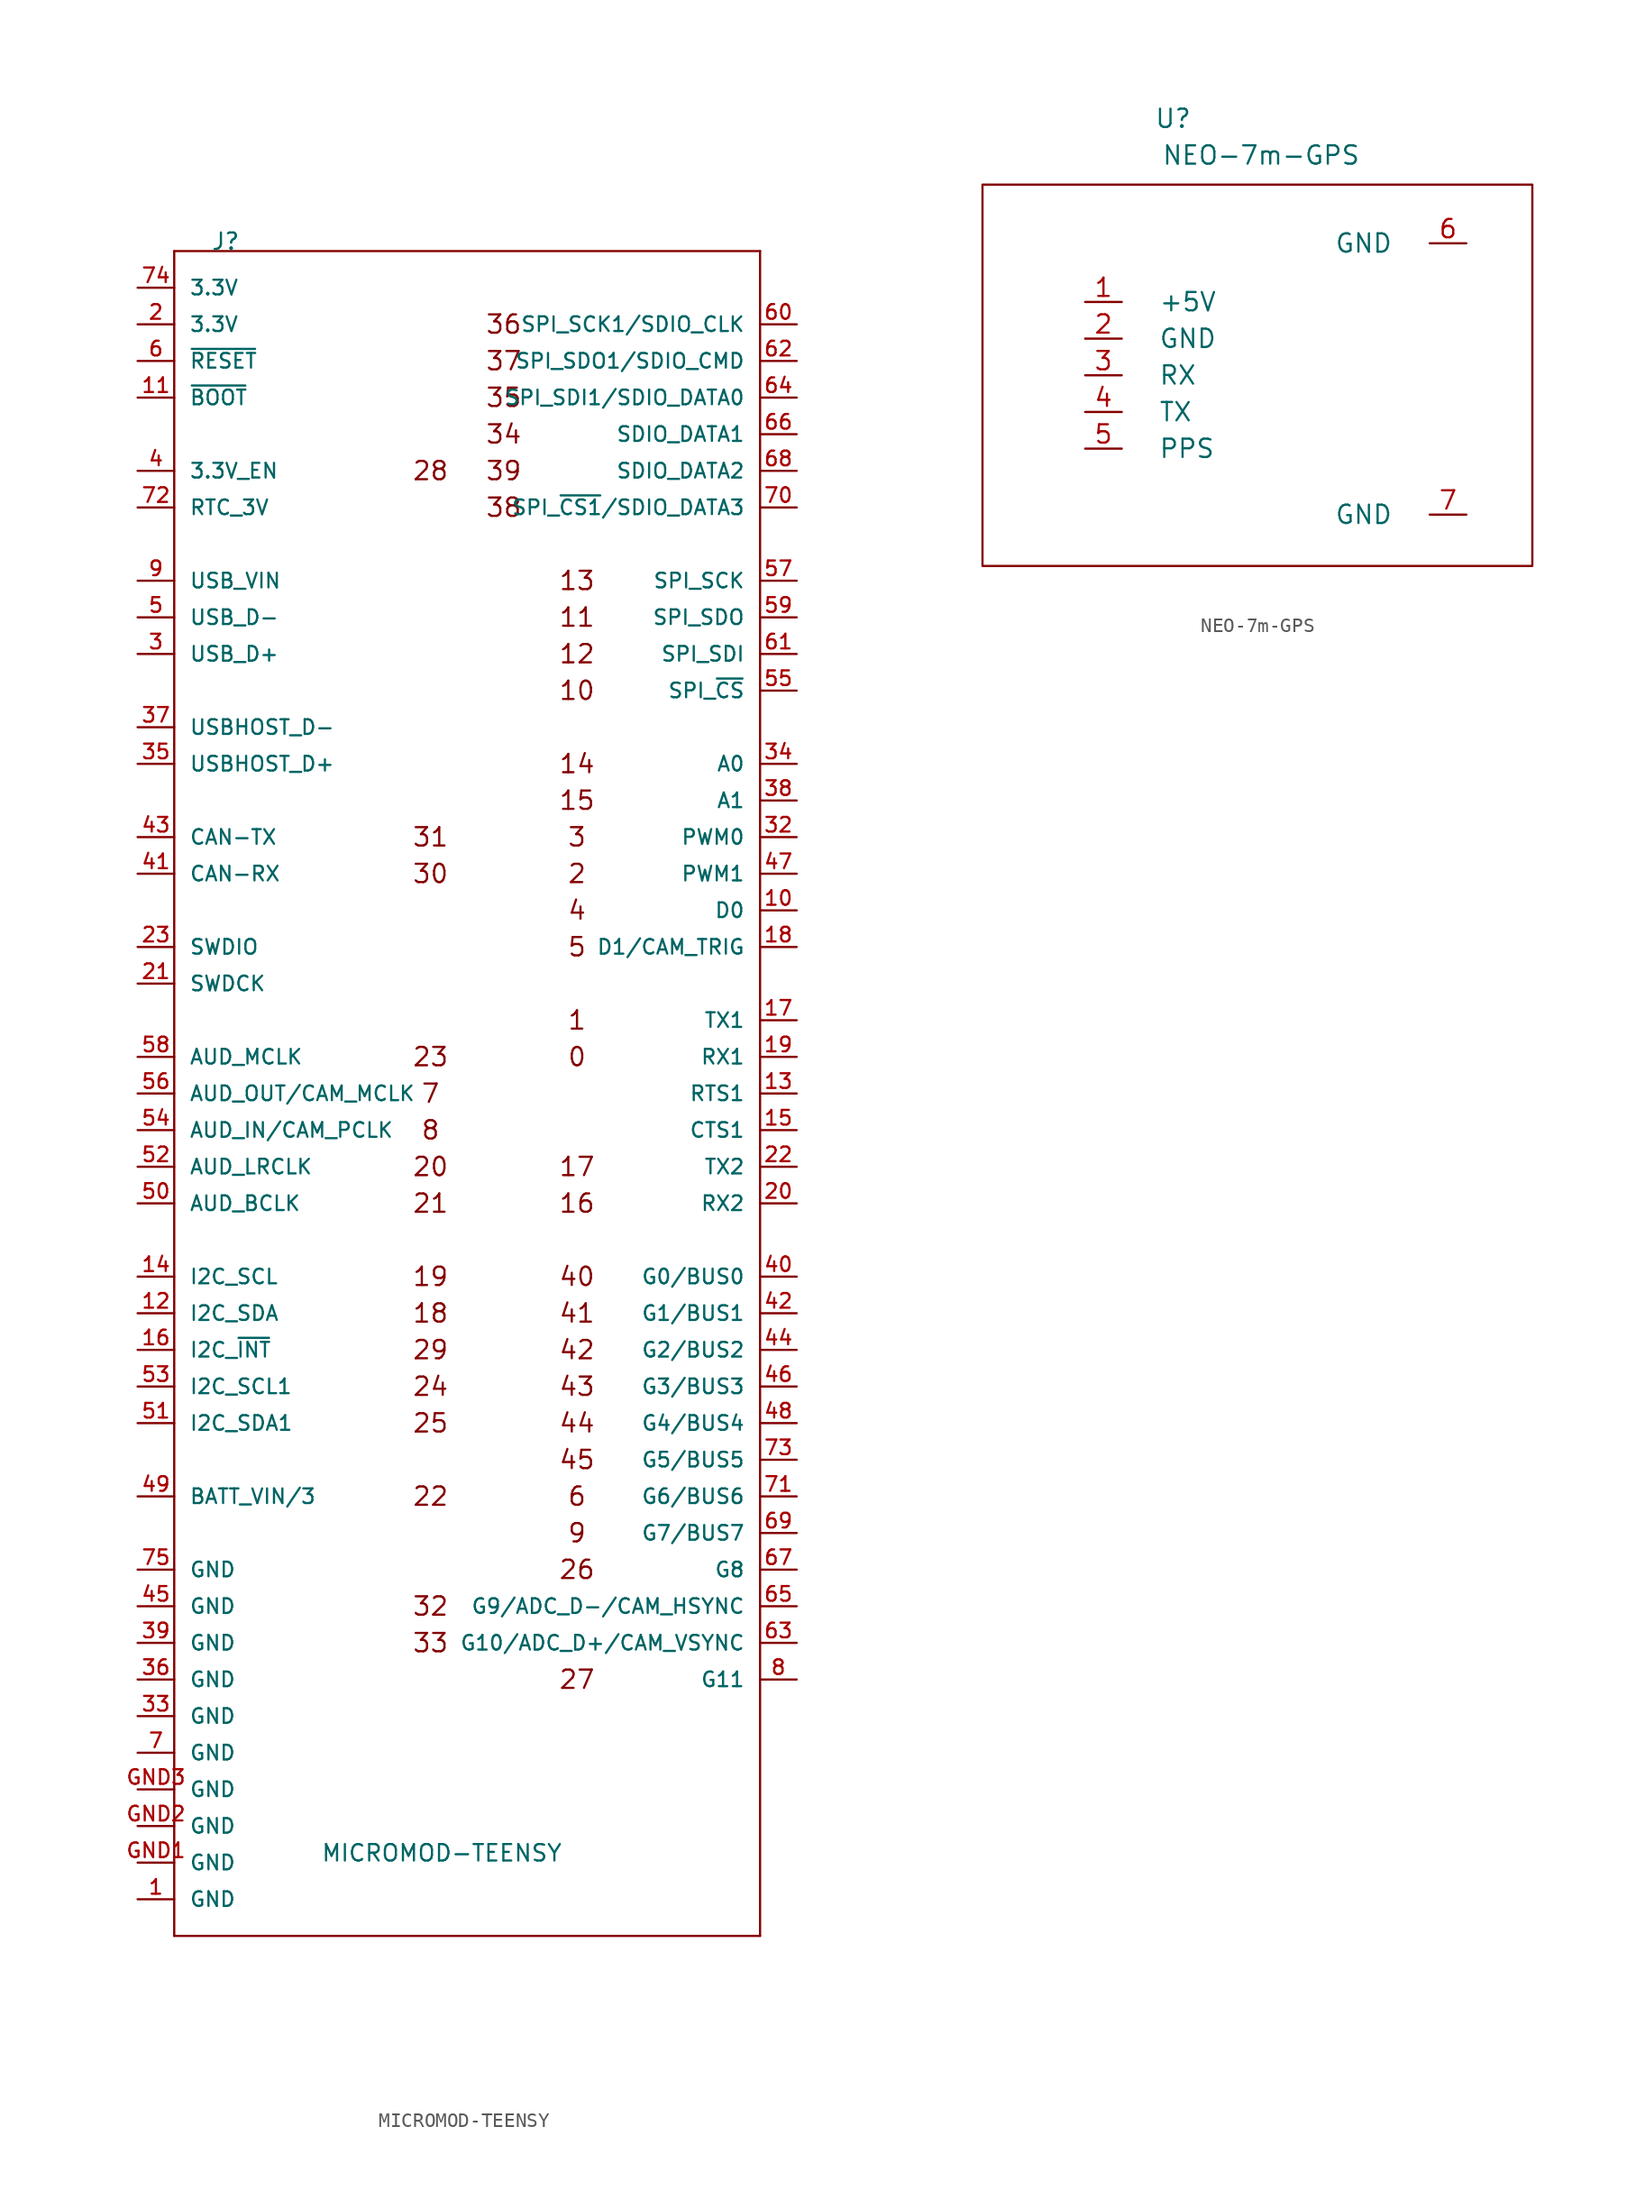
<source format=kicad_sym>
(kicad_symbol_lib
  (version 20211014)
  (generator kicad_symbol_editor)
  (symbol "MICROMOD-TEENSY"
    (pin_names
      (offset 1.016))
    (property "Reference" "J"
      (at -17.78 55.88 0)
      (effects (font (size 1.143 1.143)) (justify left bottom)))
    (property "Value" "MICROMOD-TEENSY"
      (at -10.16 -55.88 0)
      (effects (font (size 1.143 1.143)) (justify left bottom)))
    (property "ki_locked" ""
      (at 0 0 0)
      (effects (font (size 1.27 1.27))))
    (symbol "MICROMOD-TEENSY_0_0"
      (text "0" (at 7.62 0 0) (effects (font (size 1.27 1.27))))
      (text "1" (at 7.62 2.54 0) (effects (font (size 1.27 1.27))))
      (text "10" (at 7.62 25.4 0) (effects (font (size 1.27 1.27))))
      (text "11" (at 7.62 30.48 0) (effects (font (size 1.27 1.27))))
      (text "12" (at 7.62 27.94 0) (effects (font (size 1.27 1.27))))
      (text "13" (at 7.62 33.02 0) (effects (font (size 1.27 1.27))))
      (text "14" (at 7.62 20.32 0) (effects (font (size 1.27 1.27))))
      (text "15" (at 7.62 17.78 0) (effects (font (size 1.27 1.27))))
      (text "16" (at 7.62 -10.16 0) (effects (font (size 1.27 1.27))))
      (text "17" (at 7.62 -7.62 0) (effects (font (size 1.27 1.27))))
      (text "18" (at -2.54 -17.78 0) (effects (font (size 1.27 1.27))))
      (text "19" (at -2.54 -15.24 0) (effects (font (size 1.27 1.27))))
      (text "2" (at 7.62 12.7 0) (effects (font (size 1.27 1.27))))
      (text "20" (at -2.54 -7.62 0) (effects (font (size 1.27 1.27))))
      (text "21" (at -2.54 -10.16 0) (effects (font (size 1.27 1.27))))
      (text "22" (at -2.54 -30.48 0) (effects (font (size 1.27 1.27))))
      (text "23" (at -2.54 0 0) (effects (font (size 1.27 1.27))))
      (text "24" (at -2.54 -22.86 0) (effects (font (size 1.27 1.27))))
      (text "25" (at -2.54 -25.4 0) (effects (font (size 1.27 1.27))))
      (text "26" (at 7.62 -35.56 0) (effects (font (size 1.27 1.27))))
      (text "27" (at 7.62 -43.18 0) (effects (font (size 1.27 1.27))))
      (text "28" (at -2.54 40.64 0) (effects (font (size 1.27 1.27))))
      (text "29" (at -2.54 -20.32 0) (effects (font (size 1.27 1.27))))
      (text "3" (at 7.62 15.24 0) (effects (font (size 1.27 1.27))))
      (text "30" (at -2.54 12.7 0) (effects (font (size 1.27 1.27))))
      (text "31" (at -2.54 15.24 0) (effects (font (size 1.27 1.27))))
      (text "32" (at -2.54 -38.1 0) (effects (font (size 1.27 1.27))))
      (text "33" (at -2.54 -40.64 0) (effects (font (size 1.27 1.27))))
      (text "34" (at 2.54 43.18 0) (effects (font (size 1.27 1.27))))
      (text "35" (at 2.54 45.72 0) (effects (font (size 1.27 1.27))))
      (text "36" (at 2.54 50.8 0) (effects (font (size 1.27 1.27))))
      (text "37" (at 2.54 48.26 0) (effects (font (size 1.27 1.27))))
      (text "38" (at 2.54 38.1 0) (effects (font (size 1.27 1.27))))
      (text "39" (at 2.54 40.64 0) (effects (font (size 1.27 1.27))))
      (text "4" (at 7.62 10.16 0) (effects (font (size 1.27 1.27))))
      (text "40" (at 7.62 -15.24 0) (effects (font (size 1.27 1.27))))
      (text "41" (at 7.62 -17.78 0) (effects (font (size 1.27 1.27))))
      (text "42" (at 7.62 -20.32 0) (effects (font (size 1.27 1.27))))
      (text "43" (at 7.62 -22.86 0) (effects (font (size 1.27 1.27))))
      (text "44" (at 7.62 -25.4 0) (effects (font (size 1.27 1.27))))
      (text "45" (at 7.62 -27.94 0) (effects (font (size 1.27 1.27))))
      (text "5" (at 7.62 7.62 0) (effects (font (size 1.27 1.27))))
      (text "6" (at 7.62 -30.48 0) (effects (font (size 1.27 1.27))))
      (text "7" (at -2.54 -2.54 0) (effects (font (size 1.27 1.27))))
      (text "8" (at -2.54 -5.08 0) (effects (font (size 1.27 1.27))))
      (text "9" (at 7.62 -33.02 0) (effects (font (size 1.27 1.27)))))
    (symbol "MICROMOD-TEENSY_1_0"
      (polyline (pts (xy -20.32 -60.96) (xy -20.32 55.88)) (stroke (width 0) (type default) (color 0 0 0 0)) (fill (type none)))
      (polyline (pts (xy -20.32 55.88) (xy 20.32 55.88)) (stroke (width 0) (type default) (color 0 0 0 0)) (fill (type none)))
      (polyline (pts (xy 20.32 -60.96) (xy -20.32 -60.96)) (stroke (width 0) (type default) (color 0 0 0 0)) (fill (type none)))
      (polyline (pts (xy 20.32 55.88) (xy 20.32 -60.96)) (stroke (width 0) (type default) (color 0 0 0 0)) (fill (type none))))
    (symbol "MICROMOD-TEENSY_1_1"
      (pin bidirectional line (at -22.86 -58.42 0) (length 2.54) (name "GND" (effects (font (size 1.016 1.016)))) (number "1" (effects (font (size 1.016 1.016)))))
      (pin bidirectional line (at 22.86 10.16 180) (length 2.54) (name "D0" (effects (font (size 1.016 1.016)))) (number "10" (effects (font (size 1.016 1.016)))))
      (pin bidirectional line (at -22.86 45.72 0) (length 2.54) (name "~{BOOT}" (effects (font (size 1.016 1.016)))) (number "11" (effects (font (size 1.016 1.016)))))
      (pin bidirectional line (at -22.86 -17.78 0) (length 2.54) (name "I2C_SDA" (effects (font (size 1.016 1.016)))) (number "12" (effects (font (size 1.016 1.016)))))
      (pin bidirectional line (at 22.86 -2.54 180) (length 2.54) (name "RTS1" (effects (font (size 1.016 1.016)))) (number "13" (effects (font (size 1.016 1.016)))))
      (pin bidirectional line (at -22.86 -15.24 0) (length 2.54) (name "I2C_SCL" (effects (font (size 1.016 1.016)))) (number "14" (effects (font (size 1.016 1.016)))))
      (pin bidirectional line (at 22.86 -5.08 180) (length 2.54) (name "CTS1" (effects (font (size 1.016 1.016)))) (number "15" (effects (font (size 1.016 1.016)))))
      (pin bidirectional line (at -22.86 -20.32 0) (length 2.54) (name "I2C_~{INT}" (effects (font (size 1.016 1.016)))) (number "16" (effects (font (size 1.016 1.016)))))
      (pin bidirectional line (at 22.86 2.54 180) (length 2.54) (name "TX1" (effects (font (size 1.016 1.016)))) (number "17" (effects (font (size 1.016 1.016)))))
      (pin bidirectional line (at 22.86 7.62 180) (length 2.54) (name "D1/CAM_TRIG" (effects (font (size 1.016 1.016)))) (number "18" (effects (font (size 1.016 1.016)))))
      (pin bidirectional line (at 22.86 0 180) (length 2.54) (name "RX1" (effects (font (size 1.016 1.016)))) (number "19" (effects (font (size 1.016 1.016)))))
      (pin bidirectional line (at -22.86 50.8 0) (length 2.54) (name "3.3V" (effects (font (size 1.016 1.016)))) (number "2" (effects (font (size 1.016 1.016)))))
      (pin bidirectional line (at 22.86 -10.16 180) (length 2.54) (name "RX2" (effects (font (size 1.016 1.016)))) (number "20" (effects (font (size 1.016 1.016)))))
      (pin bidirectional line (at -22.86 5.08 0) (length 2.54) (name "SWDCK" (effects (font (size 1.016 1.016)))) (number "21" (effects (font (size 1.016 1.016)))))
      (pin bidirectional line (at 22.86 -7.62 180) (length 2.54) (name "TX2" (effects (font (size 1.016 1.016)))) (number "22" (effects (font (size 1.016 1.016)))))
      (pin bidirectional line (at -22.86 7.62 0) (length 2.54) (name "SWDIO" (effects (font (size 1.016 1.016)))) (number "23" (effects (font (size 1.016 1.016)))))
      (pin bidirectional line (at -22.86 27.94 0) (length 2.54) (name "USB_D+" (effects (font (size 1.016 1.016)))) (number "3" (effects (font (size 1.016 1.016)))))
      (pin bidirectional line (at 22.86 15.24 180) (length 2.54) (name "PWM0" (effects (font (size 1.016 1.016)))) (number "32" (effects (font (size 1.016 1.016)))))
      (pin bidirectional line (at -22.86 -45.72 0) (length 2.54) (name "GND" (effects (font (size 1.016 1.016)))) (number "33" (effects (font (size 1.016 1.016)))))
      (pin bidirectional line (at 22.86 20.32 180) (length 2.54) (name "A0" (effects (font (size 1.016 1.016)))) (number "34" (effects (font (size 1.016 1.016)))))
      (pin bidirectional line (at -22.86 20.32 0) (length 2.54) (name "USBHOST_D+" (effects (font (size 1.016 1.016)))) (number "35" (effects (font (size 1.016 1.016)))))
      (pin bidirectional line (at -22.86 -43.18 0) (length 2.54) (name "GND" (effects (font (size 1.016 1.016)))) (number "36" (effects (font (size 1.016 1.016)))))
      (pin bidirectional line (at -22.86 22.86 0) (length 2.54) (name "USBHOST_D-" (effects (font (size 1.016 1.016)))) (number "37" (effects (font (size 1.016 1.016)))))
      (pin bidirectional line (at 22.86 17.78 180) (length 2.54) (name "A1" (effects (font (size 1.016 1.016)))) (number "38" (effects (font (size 1.016 1.016)))))
      (pin bidirectional line (at -22.86 -40.64 0) (length 2.54) (name "GND" (effects (font (size 1.016 1.016)))) (number "39" (effects (font (size 1.016 1.016)))))
      (pin bidirectional line (at -22.86 40.64 0) (length 2.54) (name "3.3V_EN" (effects (font (size 1.016 1.016)))) (number "4" (effects (font (size 1.016 1.016)))))
      (pin bidirectional line (at 22.86 -15.24 180) (length 2.54) (name "G0/BUS0" (effects (font (size 1.016 1.016)))) (number "40" (effects (font (size 1.016 1.016)))))
      (pin bidirectional line (at -22.86 12.7 0) (length 2.54) (name "CAN-RX" (effects (font (size 1.016 1.016)))) (number "41" (effects (font (size 1.016 1.016)))))
      (pin bidirectional line (at 22.86 -17.78 180) (length 2.54) (name "G1/BUS1" (effects (font (size 1.016 1.016)))) (number "42" (effects (font (size 1.016 1.016)))))
      (pin bidirectional line (at -22.86 15.24 0) (length 2.54) (name "CAN-TX" (effects (font (size 1.016 1.016)))) (number "43" (effects (font (size 1.016 1.016)))))
      (pin bidirectional line (at 22.86 -20.32 180) (length 2.54) (name "G2/BUS2" (effects (font (size 1.016 1.016)))) (number "44" (effects (font (size 1.016 1.016)))))
      (pin bidirectional line (at -22.86 -38.1 0) (length 2.54) (name "GND" (effects (font (size 1.016 1.016)))) (number "45" (effects (font (size 1.016 1.016)))))
      (pin bidirectional line (at 22.86 -22.86 180) (length 2.54) (name "G3/BUS3" (effects (font (size 1.016 1.016)))) (number "46" (effects (font (size 1.016 1.016)))))
      (pin bidirectional line (at 22.86 12.7 180) (length 2.54) (name "PWM1" (effects (font (size 1.016 1.016)))) (number "47" (effects (font (size 1.016 1.016)))))
      (pin bidirectional line (at 22.86 -25.4 180) (length 2.54) (name "G4/BUS4" (effects (font (size 1.016 1.016)))) (number "48" (effects (font (size 1.016 1.016)))))
      (pin bidirectional line (at -22.86 -30.48 0) (length 2.54) (name "BATT_VIN/3" (effects (font (size 1.016 1.016)))) (number "49" (effects (font (size 1.016 1.016)))))
      (pin bidirectional line (at -22.86 30.48 0) (length 2.54) (name "USB_D-" (effects (font (size 1.016 1.016)))) (number "5" (effects (font (size 1.016 1.016)))))
      (pin bidirectional line (at -22.86 -10.16 0) (length 2.54) (name "AUD_BCLK" (effects (font (size 1.016 1.016)))) (number "50" (effects (font (size 1.016 1.016)))))
      (pin bidirectional line (at -22.86 -25.4 0) (length 2.54) (name "I2C_SDA1" (effects (font (size 1.016 1.016)))) (number "51" (effects (font (size 1.016 1.016)))))
      (pin bidirectional line (at -22.86 -7.62 0) (length 2.54) (name "AUD_LRCLK" (effects (font (size 1.016 1.016)))) (number "52" (effects (font (size 1.016 1.016)))))
      (pin bidirectional line (at -22.86 -22.86 0) (length 2.54) (name "I2C_SCL1" (effects (font (size 1.016 1.016)))) (number "53" (effects (font (size 1.016 1.016)))))
      (pin bidirectional line (at -22.86 -5.08 0) (length 2.54) (name "AUD_IN/CAM_PCLK" (effects (font (size 1.016 1.016)))) (number "54" (effects (font (size 1.016 1.016)))))
      (pin bidirectional line (at 22.86 25.4 180) (length 2.54) (name "SPI_~{CS}" (effects (font (size 1.016 1.016)))) (number "55" (effects (font (size 1.016 1.016)))))
      (pin bidirectional line (at -22.86 -2.54 0) (length 2.54) (name "AUD_OUT/CAM_MCLK" (effects (font (size 1.016 1.016)))) (number "56" (effects (font (size 1.016 1.016)))))
      (pin bidirectional line (at 22.86 33.02 180) (length 2.54) (name "SPI_SCK" (effects (font (size 1.016 1.016)))) (number "57" (effects (font (size 1.016 1.016)))))
      (pin bidirectional line (at -22.86 0 0) (length 2.54) (name "AUD_MCLK" (effects (font (size 1.016 1.016)))) (number "58" (effects (font (size 1.016 1.016)))))
      (pin bidirectional line (at 22.86 30.48 180) (length 2.54) (name "SPI_SDO" (effects (font (size 1.016 1.016)))) (number "59" (effects (font (size 1.016 1.016)))))
      (pin bidirectional line (at -22.86 48.26 0) (length 2.54) (name "~{RESET}" (effects (font (size 1.016 1.016)))) (number "6" (effects (font (size 1.016 1.016)))))
      (pin bidirectional line (at 22.86 50.8 180) (length 2.54) (name "SPI_SCK1/SDIO_CLK" (effects (font (size 1.016 1.016)))) (number "60" (effects (font (size 1.016 1.016)))))
      (pin bidirectional line (at 22.86 27.94 180) (length 2.54) (name "SPI_SDI" (effects (font (size 1.016 1.016)))) (number "61" (effects (font (size 1.016 1.016)))))
      (pin bidirectional line (at 22.86 48.26 180) (length 2.54) (name "SPI_SDO1/SDIO_CMD" (effects (font (size 1.016 1.016)))) (number "62" (effects (font (size 1.016 1.016)))))
      (pin bidirectional line (at 22.86 -40.64 180) (length 2.54) (name "G10/ADC_D+/CAM_VSYNC" (effects (font (size 1.016 1.016)))) (number "63" (effects (font (size 1.016 1.016)))))
      (pin bidirectional line (at 22.86 45.72 180) (length 2.54) (name "SPI_SDI1/SDIO_DATA0" (effects (font (size 1.016 1.016)))) (number "64" (effects (font (size 1.016 1.016)))))
      (pin bidirectional line (at 22.86 -38.1 180) (length 2.54) (name "G9/ADC_D-/CAM_HSYNC" (effects (font (size 1.016 1.016)))) (number "65" (effects (font (size 1.016 1.016)))))
      (pin bidirectional line (at 22.86 43.18 180) (length 2.54) (name "SDIO_DATA1" (effects (font (size 1.016 1.016)))) (number "66" (effects (font (size 1.016 1.016)))))
      (pin bidirectional line (at 22.86 -35.56 180) (length 2.54) (name "G8" (effects (font (size 1.016 1.016)))) (number "67" (effects (font (size 1.016 1.016)))))
      (pin bidirectional line (at 22.86 40.64 180) (length 2.54) (name "SDIO_DATA2" (effects (font (size 1.016 1.016)))) (number "68" (effects (font (size 1.016 1.016)))))
      (pin bidirectional line (at 22.86 -33.02 180) (length 2.54) (name "G7/BUS7" (effects (font (size 1.016 1.016)))) (number "69" (effects (font (size 1.016 1.016)))))
      (pin bidirectional line (at -22.86 -48.26 0) (length 2.54) (name "GND" (effects (font (size 1.016 1.016)))) (number "7" (effects (font (size 1.016 1.016)))))
      (pin bidirectional line (at 22.86 38.1 180) (length 2.54) (name "SPI_~{CS1}/SDIO_DATA3" (effects (font (size 1.016 1.016)))) (number "70" (effects (font (size 1.016 1.016)))))
      (pin bidirectional line (at 22.86 -30.48 180) (length 2.54) (name "G6/BUS6" (effects (font (size 1.016 1.016)))) (number "71" (effects (font (size 1.016 1.016)))))
      (pin bidirectional line (at -22.86 38.1 0) (length 2.54) (name "RTC_3V" (effects (font (size 1.016 1.016)))) (number "72" (effects (font (size 1.016 1.016)))))
      (pin bidirectional line (at 22.86 -27.94 180) (length 2.54) (name "G5/BUS5" (effects (font (size 1.016 1.016)))) (number "73" (effects (font (size 1.016 1.016)))))
      (pin bidirectional line (at -22.86 53.34 0) (length 2.54) (name "3.3V" (effects (font (size 1.016 1.016)))) (number "74" (effects (font (size 1.016 1.016)))))
      (pin bidirectional line (at -22.86 -35.56 0) (length 2.54) (name "GND" (effects (font (size 1.016 1.016)))) (number "75" (effects (font (size 1.016 1.016)))))
      (pin bidirectional line (at 22.86 -43.18 180) (length 2.54) (name "G11" (effects (font (size 1.016 1.016)))) (number "8" (effects (font (size 1.016 1.016)))))
      (pin bidirectional line (at -22.86 33.02 0) (length 2.54) (name "USB_VIN" (effects (font (size 1.016 1.016)))) (number "9" (effects (font (size 1.016 1.016)))))
      (pin bidirectional line (at -22.86 -55.88 0) (length 2.54) (name "GND" (effects (font (size 1.016 1.016)))) (number "GND1" (effects (font (size 1.016 1.016)))))
      (pin bidirectional line (at -22.86 -53.34 0) (length 2.54) (name "GND" (effects (font (size 1.016 1.016)))) (number "GND2" (effects (font (size 1.016 1.016)))))
      (pin bidirectional line (at -22.86 -50.8 0) (length 2.54) (name "GND" (effects (font (size 1.016 1.016)))) (number "GND3" (effects (font (size 1.016 1.016)))))))
  (symbol "NEO-7m-GPS"
    (pin_names
      (offset 2.54))
    (property "Reference" "U"
      (at 12.192 12.7 0)
      (effects (font (size 1.27 1.27))))
    (property "Value" "NEO-7m-GPS"
      (at 18.288 10.16 0)
      (effects (font (size 1.27 1.27))))
    (symbol "NEO-7m-GPS_0_1"
      (rectangle (start -1.016 8.128) (end 37.084 -18.288) (stroke (width 0) (type default) (color 0 0 0 0)) (fill (type none))))
    (symbol "NEO-7m-GPS_1_1"
      (pin input line (at 6.096 0 0) (length 2.54) (name "+5V" (effects (font (size 1.27 1.27)))) (number "1" (effects (font (size 1.27 1.27)))))
      (pin input line (at 6.096 -2.54 0) (length 2.54) (name "GND" (effects (font (size 1.27 1.27)))) (number "2" (effects (font (size 1.27 1.27)))))
      (pin input line (at 6.096 -5.08 0) (length 2.54) (name "RX" (effects (font (size 1.27 1.27)))) (number "3" (effects (font (size 1.27 1.27)))))
      (pin input line (at 6.096 -7.62 0) (length 2.54) (name "TX" (effects (font (size 1.27 1.27)))) (number "4" (effects (font (size 1.27 1.27)))))
      (pin input line (at 6.096 -10.16 0) (length 2.54) (name "PPS" (effects (font (size 1.27 1.27)))) (number "5" (effects (font (size 1.27 1.27)))))
      (pin input line (at 32.512 4.064 180) (length 2.54) (name "GND" (effects (font (size 1.27 1.27)))) (number "6" (effects (font (size 1.27 1.27)))))
      (pin input line (at 32.512 -14.732 180) (length 2.54) (name "GND" (effects (font (size 1.27 1.27)))) (number "7" (effects (font (size 1.27 1.27))))))))
</source>
